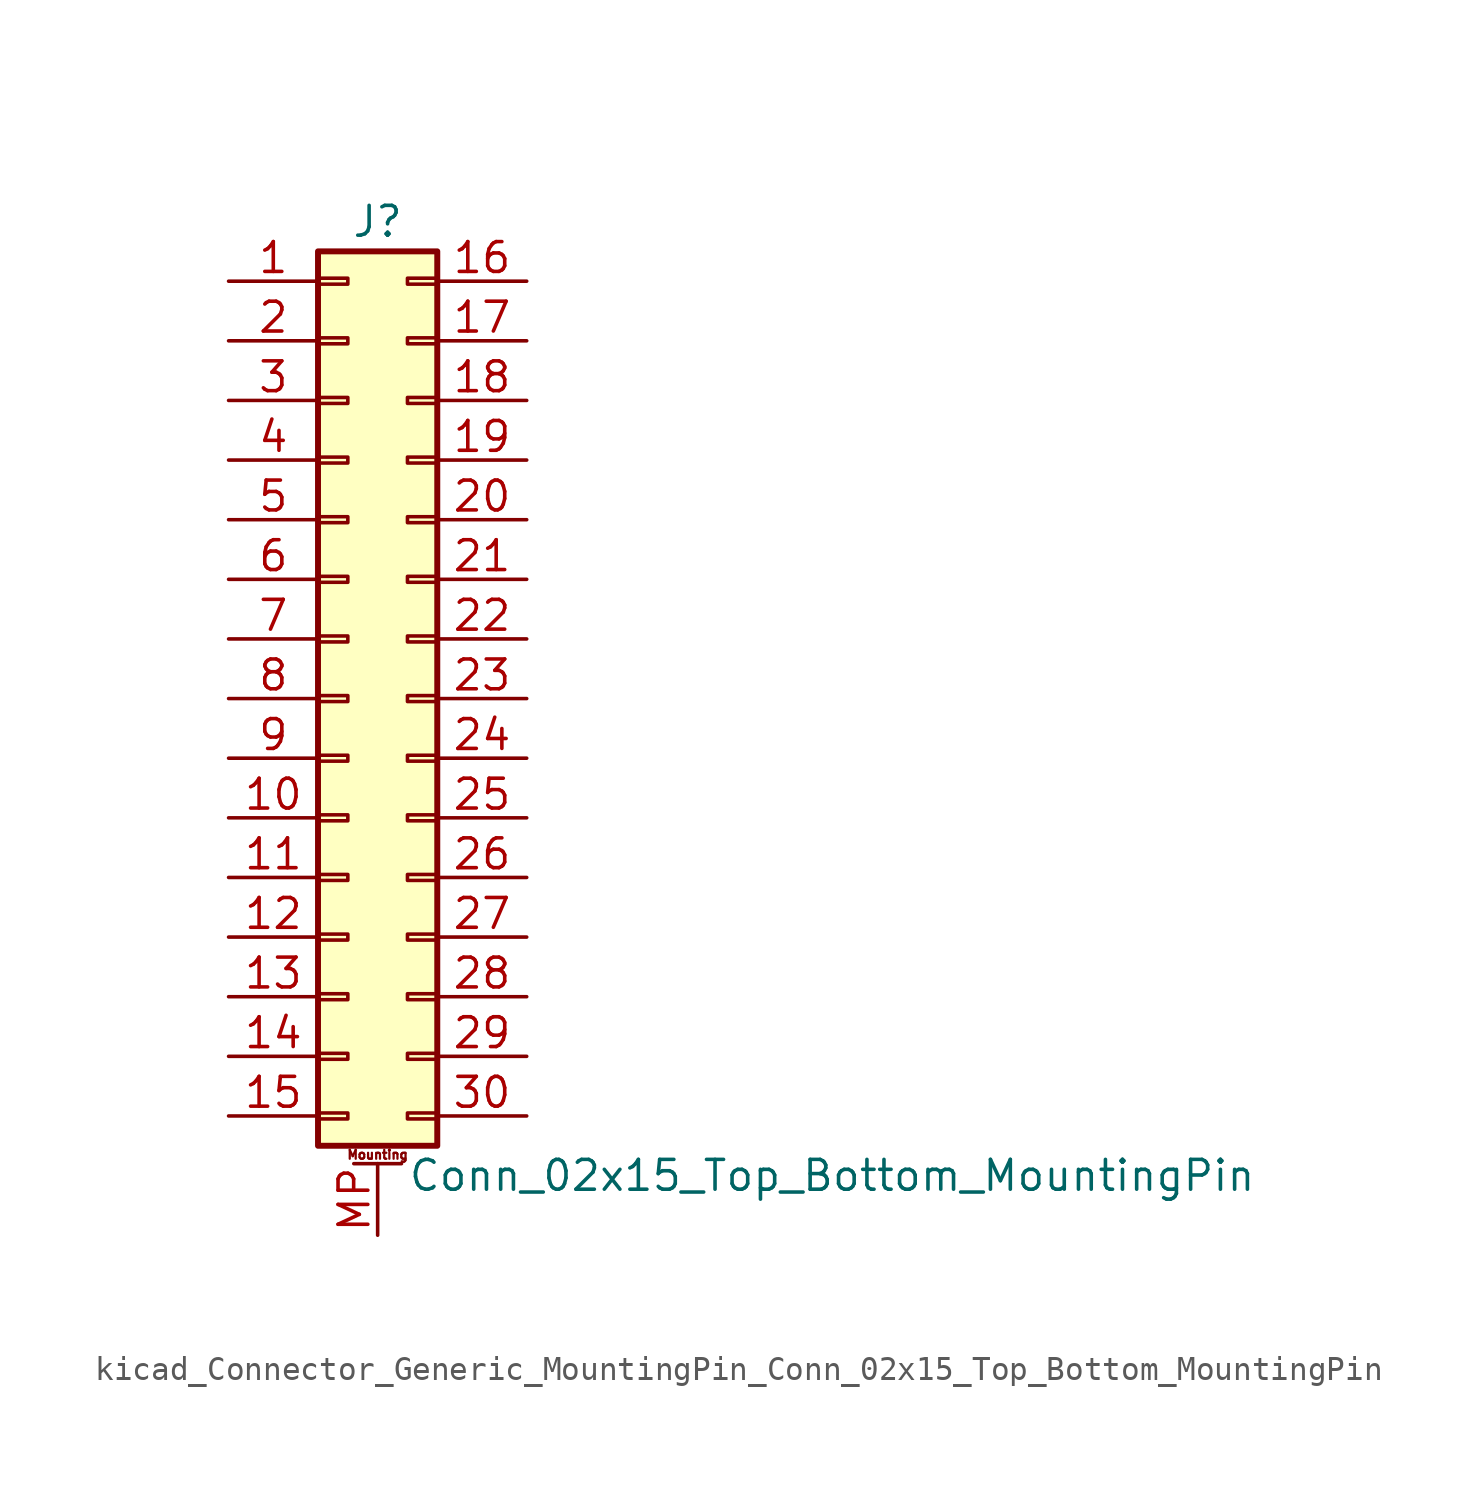
<source format=kicad_sym>
(kicad_symbol_lib
  (version 20220914)
  (generator kicad_symbol_editor)
  (symbol "kicad_Connector_Generic_MountingPin_Conn_02x15_Top_Bottom_MountingPin"
    (pin_names
      (offset 1.016) hide)
    (property "Reference" "J"
      (at 1.27 20.32 0)
      (effects (font (size 1.27 1.27))))
    (property "Value" "Conn_02x15_Top_Bottom_MountingPin"
      (at 2.54 -20.32 0)
      (effects (font (size 1.27 1.27)) (justify left)))
    (symbol "kicad_Connector_Generic_MountingPin_Conn_02x15_Top_Bottom_MountingPin_1_1"
      (rectangle (start -1.27 -17.653) (end 0 -17.907) (stroke (width 0.152) (type default)) (fill (type none)))
      (rectangle (start -1.27 -15.113) (end 0 -15.367) (stroke (width 0.152) (type default)) (fill (type none)))
      (rectangle (start -1.27 -12.573) (end 0 -12.827) (stroke (width 0.152) (type default)) (fill (type none)))
      (rectangle (start -1.27 -10.033) (end 0 -10.287) (stroke (width 0.152) (type default)) (fill (type none)))
      (rectangle (start -1.27 -7.493) (end 0 -7.747) (stroke (width 0.152) (type default)) (fill (type none)))
      (rectangle (start -1.27 -4.953) (end 0 -5.207) (stroke (width 0.152) (type default)) (fill (type none)))
      (rectangle (start -1.27 -2.413) (end 0 -2.667) (stroke (width 0.152) (type default)) (fill (type none)))
      (rectangle (start -1.27 0.127) (end 0 -0.127) (stroke (width 0.152) (type default)) (fill (type none)))
      (rectangle (start -1.27 2.667) (end 0 2.413) (stroke (width 0.152) (type default)) (fill (type none)))
      (rectangle (start -1.27 5.207) (end 0 4.953) (stroke (width 0.152) (type default)) (fill (type none)))
      (rectangle (start -1.27 7.747) (end 0 7.493) (stroke (width 0.152) (type default)) (fill (type none)))
      (rectangle (start -1.27 10.287) (end 0 10.033) (stroke (width 0.152) (type default)) (fill (type none)))
      (rectangle (start -1.27 12.827) (end 0 12.573) (stroke (width 0.152) (type default)) (fill (type none)))
      (rectangle (start -1.27 15.367) (end 0 15.113) (stroke (width 0.152) (type default)) (fill (type none)))
      (rectangle (start -1.27 17.907) (end 0 17.653) (stroke (width 0.152) (type default)) (fill (type none)))
      (rectangle (start -1.27 19.05) (end 3.81 -19.05) (stroke (width 0.254) (type default)) (fill (type background)))
      (polyline (pts (xy 0.254 -19.812) (xy 2.286 -19.812)) (stroke (width 0.152) (type default)) (fill (type none)))
      (rectangle (start 3.81 -17.653) (end 2.54 -17.907) (stroke (width 0.152) (type default)) (fill (type none)))
      (rectangle (start 3.81 -15.113) (end 2.54 -15.367) (stroke (width 0.152) (type default)) (fill (type none)))
      (rectangle (start 3.81 -12.573) (end 2.54 -12.827) (stroke (width 0.152) (type default)) (fill (type none)))
      (rectangle (start 3.81 -10.033) (end 2.54 -10.287) (stroke (width 0.152) (type default)) (fill (type none)))
      (rectangle (start 3.81 -7.493) (end 2.54 -7.747) (stroke (width 0.152) (type default)) (fill (type none)))
      (rectangle (start 3.81 -4.953) (end 2.54 -5.207) (stroke (width 0.152) (type default)) (fill (type none)))
      (rectangle (start 3.81 -2.413) (end 2.54 -2.667) (stroke (width 0.152) (type default)) (fill (type none)))
      (rectangle (start 3.81 0.127) (end 2.54 -0.127) (stroke (width 0.152) (type default)) (fill (type none)))
      (rectangle (start 3.81 2.667) (end 2.54 2.413) (stroke (width 0.152) (type default)) (fill (type none)))
      (rectangle (start 3.81 5.207) (end 2.54 4.953) (stroke (width 0.152) (type default)) (fill (type none)))
      (rectangle (start 3.81 7.747) (end 2.54 7.493) (stroke (width 0.152) (type default)) (fill (type none)))
      (rectangle (start 3.81 10.287) (end 2.54 10.033) (stroke (width 0.152) (type default)) (fill (type none)))
      (rectangle (start 3.81 12.827) (end 2.54 12.573) (stroke (width 0.152) (type default)) (fill (type none)))
      (rectangle (start 3.81 15.367) (end 2.54 15.113) (stroke (width 0.152) (type default)) (fill (type none)))
      (rectangle (start 3.81 17.907) (end 2.54 17.653) (stroke (width 0.152) (type default)) (fill (type none)))
      (text "Mounting" (at 1.27 -19.431 0) (effects (font (size 0.381 0.381))))
      (pin passive line (at -5.08 17.78 0) (length 3.81) (name "Pin_1" (effects (font (size 1.27 1.27)))) (number "1" (effects (font (size 1.27 1.27)))))
      (pin passive line (at -5.08 -5.08 0) (length 3.81) (name "Pin_10" (effects (font (size 1.27 1.27)))) (number "10" (effects (font (size 1.27 1.27)))))
      (pin passive line (at -5.08 -7.62 0) (length 3.81) (name "Pin_11" (effects (font (size 1.27 1.27)))) (number "11" (effects (font (size 1.27 1.27)))))
      (pin passive line (at -5.08 -10.16 0) (length 3.81) (name "Pin_12" (effects (font (size 1.27 1.27)))) (number "12" (effects (font (size 1.27 1.27)))))
      (pin passive line (at -5.08 -12.7 0) (length 3.81) (name "Pin_13" (effects (font (size 1.27 1.27)))) (number "13" (effects (font (size 1.27 1.27)))))
      (pin passive line (at -5.08 -15.24 0) (length 3.81) (name "Pin_14" (effects (font (size 1.27 1.27)))) (number "14" (effects (font (size 1.27 1.27)))))
      (pin passive line (at -5.08 -17.78 0) (length 3.81) (name "Pin_15" (effects (font (size 1.27 1.27)))) (number "15" (effects (font (size 1.27 1.27)))))
      (pin passive line (at 7.62 17.78 180) (length 3.81) (name "Pin_16" (effects (font (size 1.27 1.27)))) (number "16" (effects (font (size 1.27 1.27)))))
      (pin passive line (at 7.62 15.24 180) (length 3.81) (name "Pin_17" (effects (font (size 1.27 1.27)))) (number "17" (effects (font (size 1.27 1.27)))))
      (pin passive line (at 7.62 12.7 180) (length 3.81) (name "Pin_18" (effects (font (size 1.27 1.27)))) (number "18" (effects (font (size 1.27 1.27)))))
      (pin passive line (at 7.62 10.16 180) (length 3.81) (name "Pin_19" (effects (font (size 1.27 1.27)))) (number "19" (effects (font (size 1.27 1.27)))))
      (pin passive line (at -5.08 15.24 0) (length 3.81) (name "Pin_2" (effects (font (size 1.27 1.27)))) (number "2" (effects (font (size 1.27 1.27)))))
      (pin passive line (at 7.62 7.62 180) (length 3.81) (name "Pin_20" (effects (font (size 1.27 1.27)))) (number "20" (effects (font (size 1.27 1.27)))))
      (pin passive line (at 7.62 5.08 180) (length 3.81) (name "Pin_21" (effects (font (size 1.27 1.27)))) (number "21" (effects (font (size 1.27 1.27)))))
      (pin passive line (at 7.62 2.54 180) (length 3.81) (name "Pin_22" (effects (font (size 1.27 1.27)))) (number "22" (effects (font (size 1.27 1.27)))))
      (pin passive line (at 7.62 0 180) (length 3.81) (name "Pin_23" (effects (font (size 1.27 1.27)))) (number "23" (effects (font (size 1.27 1.27)))))
      (pin passive line (at 7.62 -2.54 180) (length 3.81) (name "Pin_24" (effects (font (size 1.27 1.27)))) (number "24" (effects (font (size 1.27 1.27)))))
      (pin passive line (at 7.62 -5.08 180) (length 3.81) (name "Pin_25" (effects (font (size 1.27 1.27)))) (number "25" (effects (font (size 1.27 1.27)))))
      (pin passive line (at 7.62 -7.62 180) (length 3.81) (name "Pin_26" (effects (font (size 1.27 1.27)))) (number "26" (effects (font (size 1.27 1.27)))))
      (pin passive line (at 7.62 -10.16 180) (length 3.81) (name "Pin_27" (effects (font (size 1.27 1.27)))) (number "27" (effects (font (size 1.27 1.27)))))
      (pin passive line (at 7.62 -12.7 180) (length 3.81) (name "Pin_28" (effects (font (size 1.27 1.27)))) (number "28" (effects (font (size 1.27 1.27)))))
      (pin passive line (at 7.62 -15.24 180) (length 3.81) (name "Pin_29" (effects (font (size 1.27 1.27)))) (number "29" (effects (font (size 1.27 1.27)))))
      (pin passive line (at -5.08 12.7 0) (length 3.81) (name "Pin_3" (effects (font (size 1.27 1.27)))) (number "3" (effects (font (size 1.27 1.27)))))
      (pin passive line (at 7.62 -17.78 180) (length 3.81) (name "Pin_30" (effects (font (size 1.27 1.27)))) (number "30" (effects (font (size 1.27 1.27)))))
      (pin passive line (at -5.08 10.16 0) (length 3.81) (name "Pin_4" (effects (font (size 1.27 1.27)))) (number "4" (effects (font (size 1.27 1.27)))))
      (pin passive line (at -5.08 7.62 0) (length 3.81) (name "Pin_5" (effects (font (size 1.27 1.27)))) (number "5" (effects (font (size 1.27 1.27)))))
      (pin passive line (at -5.08 5.08 0) (length 3.81) (name "Pin_6" (effects (font (size 1.27 1.27)))) (number "6" (effects (font (size 1.27 1.27)))))
      (pin passive line (at -5.08 2.54 0) (length 3.81) (name "Pin_7" (effects (font (size 1.27 1.27)))) (number "7" (effects (font (size 1.27 1.27)))))
      (pin passive line (at -5.08 0 0) (length 3.81) (name "Pin_8" (effects (font (size 1.27 1.27)))) (number "8" (effects (font (size 1.27 1.27)))))
      (pin passive line (at -5.08 -2.54 0) (length 3.81) (name "Pin_9" (effects (font (size 1.27 1.27)))) (number "9" (effects (font (size 1.27 1.27)))))
      (pin passive line (at 1.27 -22.86 90) (length 3.048) (name "MountPin" (effects (font (size 1.27 1.27)))) (number "MP" (effects (font (size 1.27 1.27))))))))
</source>
